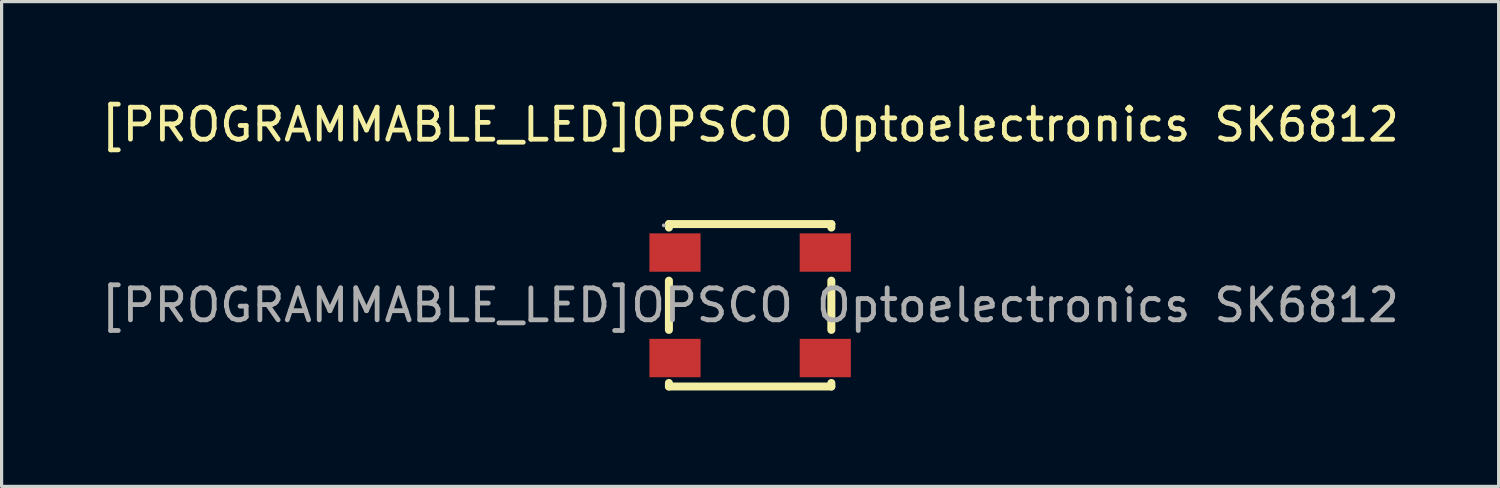
<source format=kicad_pcb>
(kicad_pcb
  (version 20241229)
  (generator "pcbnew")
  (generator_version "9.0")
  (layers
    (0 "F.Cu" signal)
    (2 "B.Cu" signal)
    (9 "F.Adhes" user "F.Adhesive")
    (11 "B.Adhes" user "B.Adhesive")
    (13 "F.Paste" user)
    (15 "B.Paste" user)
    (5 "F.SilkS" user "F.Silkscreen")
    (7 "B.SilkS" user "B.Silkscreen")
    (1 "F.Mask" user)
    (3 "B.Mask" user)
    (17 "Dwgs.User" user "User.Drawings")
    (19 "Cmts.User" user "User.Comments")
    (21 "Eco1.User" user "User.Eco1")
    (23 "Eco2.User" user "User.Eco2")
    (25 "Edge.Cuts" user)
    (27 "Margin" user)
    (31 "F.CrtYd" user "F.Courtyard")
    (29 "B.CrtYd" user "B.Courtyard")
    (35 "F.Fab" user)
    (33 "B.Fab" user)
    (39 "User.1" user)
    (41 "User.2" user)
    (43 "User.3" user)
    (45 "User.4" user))
  (footprint "[PROGRAMMABLE_LED]OPSCO Optoelectronics SK6812"
    (layer "F.Cu")
    (at 20.411 6.498)
    (property "Reference" "[PROGRAMMABLE_LED]OPSCO Optoelectronics SK6812" (at 0 -5.65 0) (layer "F.SilkS") (effects (font (size 1 1) (thickness 0.15))))
    (attr smd)
    (fp_line (start -2.54 -2.54) (end 2.54 -2.54) (stroke (width 0.25) (type solid)) (layer "F.SilkS"))
    (fp_line (start -2.54 -2.43) (end -2.54 -2.54) (stroke (width 0.25) (type solid)) (layer "F.SilkS"))
    (fp_line (start -2.54 0.77) (end -2.54 -0.77) (stroke (width 0.25) (type solid)) (layer "F.SilkS"))
    (fp_line (start -2.54 2.54) (end -2.54 2.43) (stroke (width 0.25) (type solid)) (layer "F.SilkS"))
    (fp_line (start 2.54 -2.54) (end 2.54 -2.43) (stroke (width 0.25) (type solid)) (layer "F.SilkS"))
    (fp_line (start 2.54 -0.77) (end 2.54 0.77) (stroke (width 0.25) (type solid)) (layer "F.SilkS"))
    (fp_line (start 2.54 2.43) (end 2.54 2.54) (stroke (width 0.25) (type solid)) (layer "F.SilkS"))
    (fp_line (start 2.54 2.54) (end -2.54 2.54) (stroke (width 0.25) (type solid)) (layer "F.SilkS"))
    (fp_circle (center -2.7 -2.5) (end -2.67 -2.5) (stroke (width 0.06) (type solid)) (fill no) (layer "F.Fab"))
    (fp_text user "${REFERENCE}" (at 0 0 0) (layer "F.Fab") (effects (font (size 1 1) (thickness 0.15))))
    (pad "1" smd rect (at -2.35 -1.65) (size 1.6 1.2) (layers "F.Cu" "F.Mask" "F.Paste"))
    (pad "2" smd rect (at -2.35 1.65) (size 1.6 1.2) (layers "F.Cu" "F.Mask" "F.Paste"))
    (pad "3" smd rect (at 2.35 1.65) (size 1.6 1.2) (layers "F.Cu" "F.Mask" "F.Paste"))
    (pad "4" smd rect (at 2.35 -1.65) (size 1.6 1.2) (layers "F.Cu" "F.Mask" "F.Paste")))
  (gr_rect
    (start -3 -3)
    (end 43.821 12.163)
    (stroke (width 0.1) (type default))
    (fill no)
    (layer "Edge.Cuts")))
</source>
